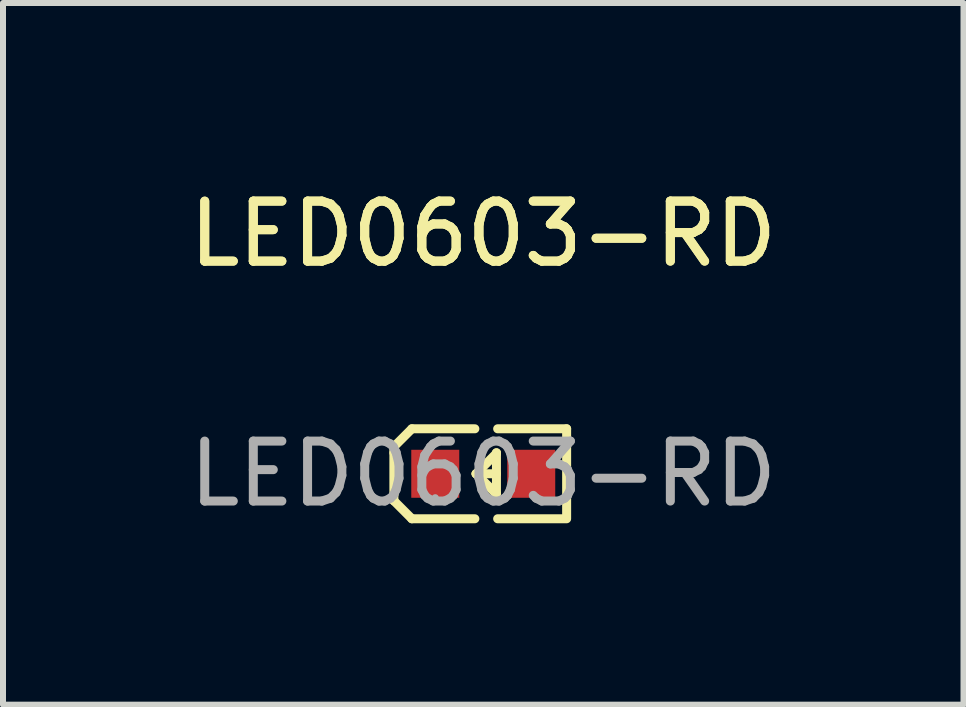
<source format=kicad_pcb>
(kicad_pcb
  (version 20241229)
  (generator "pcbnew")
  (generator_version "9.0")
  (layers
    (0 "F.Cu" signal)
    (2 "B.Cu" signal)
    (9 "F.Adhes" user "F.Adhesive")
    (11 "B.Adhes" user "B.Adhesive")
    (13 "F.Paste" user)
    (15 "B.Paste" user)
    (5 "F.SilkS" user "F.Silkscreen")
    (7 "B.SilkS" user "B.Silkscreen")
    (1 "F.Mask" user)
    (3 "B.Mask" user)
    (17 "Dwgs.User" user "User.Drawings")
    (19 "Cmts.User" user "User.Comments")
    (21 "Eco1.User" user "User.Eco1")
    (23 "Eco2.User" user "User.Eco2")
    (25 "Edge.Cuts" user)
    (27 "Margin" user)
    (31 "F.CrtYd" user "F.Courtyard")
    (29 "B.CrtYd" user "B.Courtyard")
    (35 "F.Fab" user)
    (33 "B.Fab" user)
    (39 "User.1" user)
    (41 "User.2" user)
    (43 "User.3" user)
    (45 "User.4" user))
  (footprint "LED0603-RD"
    (layer "F.Cu")
    (at 5.006 4.848)
    (property "Reference" "LED0603-RD" (at 0 -4 0) (layer "F.SilkS") (effects (font (size 1 1) (thickness 0.15))))
    (attr smd)
    (fp_line (start -1.49 -0.45) (end -1.19 -0.75) (stroke (width 0.15) (type solid)) (layer "F.SilkS"))
    (fp_line (start -1.49 -0.35) (end -1.49 -0.45) (stroke (width 0.15) (type solid)) (layer "F.SilkS"))
    (fp_line (start -1.49 -0.35) (end -1.49 0.35) (stroke (width 0.15) (type solid)) (layer "F.SilkS"))
    (fp_line (start -1.49 0.35) (end -1.49 0.45) (stroke (width 0.15) (type solid)) (layer "F.SilkS"))
    (fp_line (start -1.49 0.45) (end -1.19 0.75) (stroke (width 0.15) (type solid)) (layer "F.SilkS"))
    (fp_line (start -0.14 -0.75) (end -1.19 -0.75) (stroke (width 0.15) (type solid)) (layer "F.SilkS"))
    (fp_line (start -0.14 0.75) (end -1.19 0.75) (stroke (width 0.15) (type solid)) (layer "F.SilkS"))
    (fp_line (start 0.21 0.33) (end -0.12 0) (stroke (width 0.15) (type solid)) (layer "F.SilkS"))
    (fp_line (start 0.22 -0.35) (end 0.22 -0.34) (stroke (width 0.15) (type solid)) (layer "F.SilkS"))
    (fp_line (start 0.22 -0.35) (end 0.22 0.33) (stroke (width 0.15) (type solid)) (layer "F.SilkS"))
    (fp_line (start 0.22 -0.34) (end -0.12 0) (stroke (width 0.15) (type solid)) (layer "F.SilkS"))
    (fp_line (start 0.22 0) (end -0.12 0) (stroke (width 0.15) (type solid)) (layer "F.SilkS"))
    (fp_line (start 0.22 0.33) (end 0.21 0.33) (stroke (width 0.15) (type solid)) (layer "F.SilkS"))
    (fp_line (start 0.24 -0.75) (end 1.39 -0.75) (stroke (width 0.15) (type solid)) (layer "F.SilkS"))
    (fp_line (start 0.24 0.75) (end 1.39 0.75) (stroke (width 0.15) (type solid)) (layer "F.SilkS"))
    (fp_line (start 1.39 -0.75) (end 1.39 0.73) (stroke (width 0.15) (type solid)) (layer "F.SilkS"))
    (fp_circle (center -0.8 0.4) (end -0.77 0.4) (stroke (width 0.06) (type solid)) (fill no) (layer "F.Fab"))
    (fp_text user "${REFERENCE}" (at 0 -4 0) (layer "F.SilkS") (effects (font (size 1 1) (thickness 0.15))))
    (fp_text user "${REFERENCE}" (at 0 0 0) (layer "F.Fab") (effects (font (size 1 1) (thickness 0.15))))
    (pad "1" smd rect (at -0.8 0 90) (size 0.8 0.8) (layers "F.Cu" "F.Mask" "F.Paste"))
    (pad "2" smd rect (at 0.8 0 90) (size 0.8 0.8) (layers "F.Cu" "F.Mask" "F.Paste")))
  (gr_rect
    (start -3 -3)
    (end 13.012 8.697)
    (stroke (width 0.1) (type default))
    (fill no)
    (layer "Edge.Cuts")))
</source>
